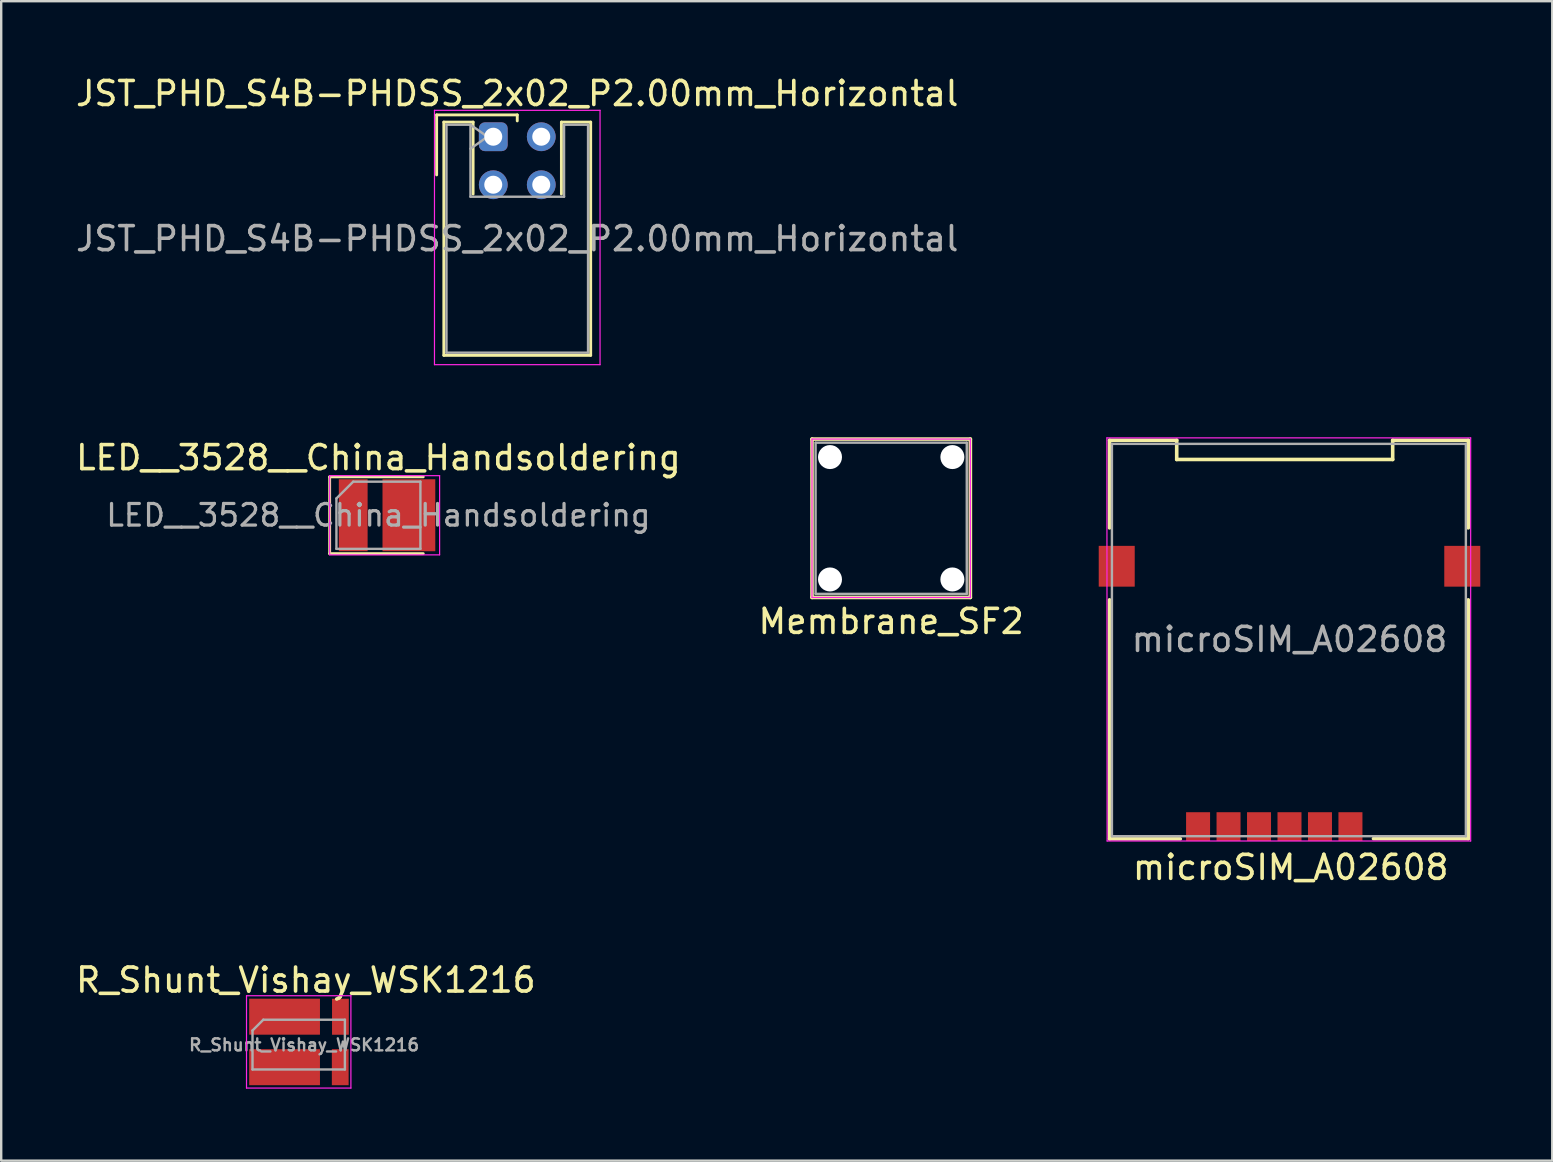
<source format=kicad_pcb>
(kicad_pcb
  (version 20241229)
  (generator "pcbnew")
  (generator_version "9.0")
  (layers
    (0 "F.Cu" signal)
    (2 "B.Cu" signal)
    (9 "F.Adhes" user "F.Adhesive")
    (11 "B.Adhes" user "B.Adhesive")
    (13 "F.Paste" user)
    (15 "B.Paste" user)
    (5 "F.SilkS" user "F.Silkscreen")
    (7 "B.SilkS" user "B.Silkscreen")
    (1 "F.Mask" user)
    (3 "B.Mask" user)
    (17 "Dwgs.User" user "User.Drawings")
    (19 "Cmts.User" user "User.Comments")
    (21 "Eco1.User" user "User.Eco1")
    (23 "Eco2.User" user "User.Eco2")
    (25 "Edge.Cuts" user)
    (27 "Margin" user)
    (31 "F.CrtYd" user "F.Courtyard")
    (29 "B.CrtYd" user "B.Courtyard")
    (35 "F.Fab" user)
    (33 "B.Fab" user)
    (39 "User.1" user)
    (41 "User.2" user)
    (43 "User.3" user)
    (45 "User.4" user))
  (footprint "R_Shunt_Vishay_WSK1216"
    (layer "F.Cu")
    (at 10.523 40.395)
    (property "Reference" "R_Shunt_Vishay_WSK1216" (at -0.827 -2.6 0) (layer "F.SilkS") (effects (font (size 1 1) (thickness 0.15))))
    (attr through_hole)
    (fp_line (start -3.3 1.9) (end -3.3 -1.95) (stroke (width 0.05) (type solid)) (layer "F.CrtYd"))
    (fp_line (start -3.3 1.9) (end 1.05 1.9) (stroke (width 0.05) (type solid)) (layer "F.CrtYd"))
    (fp_line (start 1.05 -1.95) (end -3.3 -1.95) (stroke (width 0.05) (type solid)) (layer "F.CrtYd"))
    (fp_line (start 1.05 -1.95) (end 1.05 1.9) (stroke (width 0.05) (type solid)) (layer "F.CrtYd"))
    (fp_line (start -3.05 -0.5) (end -2.6 -0.95) (stroke (width 0.1) (type solid)) (layer "F.Fab"))
    (fp_line (start -3.05 1.124) (end -3.05 -0.5) (stroke (width 0.1) (type solid)) (layer "F.Fab"))
    (fp_line (start -3.05 1.124) (end 0.8 1.124) (stroke (width 0.1) (type solid)) (layer "F.Fab"))
    (fp_line (start 0.8 -0.95) (end -2.6 -0.95) (stroke (width 0.1) (type solid)) (layer "F.Fab"))
    (fp_line (start 0.8 1.124) (end 0.8 -0.95) (stroke (width 0.1) (type solid)) (layer "F.Fab"))
    (fp_text user "${REFERENCE}" (at -0.9 0.1 0) (layer "F.Fab") (effects (font (size 0.5 0.5) (thickness 0.1))))
    (pad "1" smd rect (at -1.714 -1.076) (size 2.95 1.5) (layers "F.Cu" "F.Mask" "F.Paste"))
    (pad "2" smd rect (at 0.614 -1.073) (size 0.7 1.5) (layers "F.Cu" "F.Mask" "F.Paste"))
    (pad "3" smd rect (at 0.606 1.029) (size 0.7 1.5) (layers "F.Cu" "F.Mask" "F.Paste"))
    (pad "4" smd rect (at -1.714 1.029) (size 2.95 1.5) (layers "F.Cu" "F.Mask" "F.Paste")))
  (footprint "JST_PHD_S4B-PHDSS_2x02_P2.00mm_Horizontal"
    (layer "F.Cu")
    (at 17.506 2.648)
    (property "Reference" "JST_PHD_S4B-PHDSS_2x02_P2.00mm_Horizontal" (at 1 -1.8 0) (layer "F.SilkS") (effects (font (size 1 1) (thickness 0.15))))
    (attr through_hole)
    (fp_line (start -2.36 -0.91) (end -2.36 1.59) (stroke (width 0.12) (type solid)) (layer "F.SilkS"))
    (fp_line (start -2.06 -0.61) (end -2.06 9.11) (stroke (width 0.12) (type solid)) (layer "F.SilkS"))
    (fp_line (start -2.06 9.11) (end 4.06 9.11) (stroke (width 0.12) (type solid)) (layer "F.SilkS"))
    (fp_line (start -0.84 -0.61) (end -2.06 -0.61) (stroke (width 0.12) (type solid)) (layer "F.SilkS"))
    (fp_line (start -0.84 2.39) (end -0.84 -0.61) (stroke (width 0.12) (type solid)) (layer "F.SilkS"))
    (fp_line (start 1 -0.91) (end -2.36 -0.91) (stroke (width 0.12) (type solid)) (layer "F.SilkS"))
    (fp_line (start 1 -0.66) (end 1 -0.91) (stroke (width 0.12) (type solid)) (layer "F.SilkS"))
    (fp_line (start 2.84 -0.61) (end 4.06 -0.61) (stroke (width 0.12) (type solid)) (layer "F.SilkS"))
    (fp_line (start 2.84 2.39) (end 2.84 -0.61) (stroke (width 0.12) (type solid)) (layer "F.SilkS"))
    (fp_line (start 4.06 -0.61) (end 4.06 9.11) (stroke (width 0.12) (type solid)) (layer "F.SilkS"))
    (fp_line (start -2.45 -1.1) (end -2.45 9.5) (stroke (width 0.05) (type solid)) (layer "F.CrtYd"))
    (fp_line (start -2.45 9.5) (end 4.45 9.5) (stroke (width 0.05) (type solid)) (layer "F.CrtYd"))
    (fp_line (start 4.45 -1.1) (end -2.45 -1.1) (stroke (width 0.05) (type solid)) (layer "F.CrtYd"))
    (fp_line (start 4.45 9.5) (end 4.45 -1.1) (stroke (width 0.05) (type solid)) (layer "F.CrtYd"))
    (fp_line (start -1.95 -0.5) (end -0.95 -0.5) (stroke (width 0.1) (type solid)) (layer "F.Fab"))
    (fp_line (start -1.95 9) (end -1.95 -0.5) (stroke (width 0.1) (type solid)) (layer "F.Fab"))
    (fp_line (start -0.95 -0.5) (end -0.95 2.5) (stroke (width 0.1) (type solid)) (layer "F.Fab"))
    (fp_line (start -0.95 -0.5) (end -0.243 0) (stroke (width 0.1) (type solid)) (layer "F.Fab"))
    (fp_line (start -0.95 2.5) (end 2.95 2.5) (stroke (width 0.1) (type solid)) (layer "F.Fab"))
    (fp_line (start -0.243 0) (end -0.95 0.5) (stroke (width 0.1) (type solid)) (layer "F.Fab"))
    (fp_line (start 2.95 -0.5) (end 3.95 -0.5) (stroke (width 0.1) (type solid)) (layer "F.Fab"))
    (fp_line (start 2.95 2.5) (end 2.95 -0.5) (stroke (width 0.1) (type solid)) (layer "F.Fab"))
    (fp_line (start 3.95 -0.5) (end 3.95 9) (stroke (width 0.1) (type solid)) (layer "F.Fab"))
    (fp_line (start 3.95 9) (end -1.95 9) (stroke (width 0.1) (type solid)) (layer "F.Fab"))
    (fp_text user "${REFERENCE}" (at 1 4.25 0) (layer "F.Fab") (effects (font (size 1 1) (thickness 0.15))))
    (pad "1" thru_hole roundrect (at 0 0) (size 1.2 1.2) (drill 0.75) (layers "*.Cu" "*.Mask") (roundrect_rratio 0.208))
    (pad "2" thru_hole circle (at 0 2) (size 1.2 1.2) (drill 0.75) (layers "*.Cu" "*.Mask"))
    (pad "3" thru_hole circle (at 2 0) (size 1.2 1.2) (drill 0.75) (layers "*.Cu" "*.Mask"))
    (pad "4" thru_hole circle (at 2 2) (size 1.2 1.2) (drill 0.75) (layers "*.Cu" "*.Mask")))
  (footprint "LED__3528__China_Handsoldering"
    (layer "F.Cu")
    (at 12.72 18.422)
    (property "Reference" "LED__3528__China_Handsoldering" (at 0 -2.4 0) (layer "F.SilkS") (effects (font (size 1 1) (thickness 0.15))))
    (attr smd)
    (fp_line (start -2.032 -1.6) (end -2.032 1.6) (stroke (width 0.12) (type solid)) (layer "F.SilkS"))
    (fp_line (start 1.868 -1.6) (end -2.032 -1.6) (stroke (width 0.12) (type solid)) (layer "F.SilkS"))
    (fp_line (start 1.868 1.6) (end -2.032 1.6) (stroke (width 0.12) (type solid)) (layer "F.SilkS"))
    (fp_line (start -2.032 -1.65) (end 2.55 -1.65) (stroke (width 0.05) (type solid)) (layer "F.CrtYd"))
    (fp_line (start -2.032 1.65) (end -2.032 -1.65) (stroke (width 0.05) (type solid)) (layer "F.CrtYd"))
    (fp_line (start 2.55 -1.65) (end 2.55 1.65) (stroke (width 0.05) (type solid)) (layer "F.CrtYd"))
    (fp_line (start 2.55 1.65) (end -2.032 1.65) (stroke (width 0.05) (type solid)) (layer "F.CrtYd"))
    (fp_line (start -1.75 1.4) (end -1.75 -0.7) (stroke (width 0.1) (type solid)) (layer "F.Fab"))
    (fp_line (start -1.05 -1.4) (end -1.75 -0.7) (stroke (width 0.1) (type solid)) (layer "F.Fab"))
    (fp_line (start -1.05 -1.4) (end 1.75 -1.4) (stroke (width 0.1) (type solid)) (layer "F.Fab"))
    (fp_line (start 1.75 -1.4) (end 1.75 1.4) (stroke (width 0.1) (type solid)) (layer "F.Fab"))
    (fp_line (start 1.75 1.4) (end -1.75 1.4) (stroke (width 0.1) (type solid)) (layer "F.Fab"))
    (fp_text user "${REFERENCE}" (at 0 0 0) (layer "F.Fab") (effects (font (size 0.9 0.9) (thickness 0.135))))
    (pad "1" smd rect (at -1.05 0) (size 1.2 3) (layers "F.Cu" "F.Mask" "F.Paste"))
    (pad "2" smd rect (at 1.27 0) (size 2.2 3) (layers "F.Cu" "F.Mask" "F.Paste")))
  (footprint "microSIM_A02608"
    (layer "F.Cu")
    (at 50.688 25.948)
    (property "Reference" "microSIM_A02608" (at 0.05 7.15 180) (layer "F.SilkS") (effects (font (size 1 1) (thickness 0.15))))
    (attr smd)
    (fp_line (start -7.5 -7) (end -7.5 -10.65) (stroke (width 0.15) (type solid)) (layer "F.SilkS"))
    (fp_line (start -7.5 -4) (end -7.5 5.96) (stroke (width 0.15) (type solid)) (layer "F.SilkS"))
    (fp_line (start -4.7 -10.65) (end -7.5 -10.65) (stroke (width 0.15) (type solid)) (layer "F.SilkS"))
    (fp_line (start -4.7 -10.65) (end -4.7 -9.85) (stroke (width 0.15) (type solid)) (layer "F.SilkS"))
    (fp_line (start -4.7 -9.85) (end 4.3 -9.85) (stroke (width 0.15) (type solid)) (layer "F.SilkS"))
    (fp_line (start -4.55 5.96) (end -7.5 5.96) (stroke (width 0.15) (type solid)) (layer "F.SilkS"))
    (fp_line (start 4.3 -10.65) (end 7.45 -10.65) (stroke (width 0.15) (type solid)) (layer "F.SilkS"))
    (fp_line (start 4.3 -9.85) (end 4.3 -10.65) (stroke (width 0.15) (type solid)) (layer "F.SilkS"))
    (fp_line (start 7.45 -10.65) (end 7.45 -7) (stroke (width 0.15) (type solid)) (layer "F.SilkS"))
    (fp_line (start 7.45 -4) (end 7.45 5.95) (stroke (width 0.15) (type solid)) (layer "F.SilkS"))
    (fp_line (start 7.45 5.95) (end 3.5 5.95) (stroke (width 0.15) (type solid)) (layer "F.SilkS"))
    (fp_line (start -7.6 6.05) (end -7.61 -10.75) (stroke (width 0.05) (type solid)) (layer "F.CrtYd"))
    (fp_line (start 7.55 -10.75) (end -7.61 -10.75) (stroke (width 0.05) (type solid)) (layer "F.CrtYd"))
    (fp_line (start 7.55 6.05) (end -7.6 6.05) (stroke (width 0.05) (type solid)) (layer "F.CrtYd"))
    (fp_line (start 7.55 6.05) (end 7.55 -10.75) (stroke (width 0.05) (type solid)) (layer "F.CrtYd"))
    (fp_line (start -7.4 5.85) (end -7.4 -10.5) (stroke (width 0.1) (type solid)) (layer "F.Fab"))
    (fp_line (start 7.35 -10.5) (end -7.4 -10.5) (stroke (width 0.1) (type solid)) (layer "F.Fab"))
    (fp_line (start 7.35 5.85) (end -7.4 5.85) (stroke (width 0.1) (type solid)) (layer "F.Fab"))
    (fp_line (start 7.35 5.85) (end 7.35 -10.5) (stroke (width 0.1) (type solid)) (layer "F.Fab"))
    (fp_text user "${REFERENCE}" (at 0 -2.35 180) (layer "F.Fab") (effects (font (size 1 1) (thickness 0.15))))
    (pad "C1" smd rect (at -2.54 5.45 180) (size 1 1.2) (layers "F.Cu" "F.Mask" "F.Paste"))
    (pad "C2" smd rect (at -3.81 5.45 180) (size 1 1.2) (layers "F.Cu" "F.Mask" "F.Paste"))
    (pad "C3" smd rect (at 0 5.45 180) (size 1 1.2) (layers "F.Cu" "F.Mask" "F.Paste"))
    (pad "C4" smd rect (at -1.27 5.45 180) (size 1 1.2) (layers "F.Cu" "F.Mask" "F.Paste"))
    (pad "C5" smd rect (at 2.54 5.45 180) (size 1 1.2) (layers "F.Cu" "F.Mask" "F.Paste"))
    (pad "C6" smd rect (at 1.27 5.45 180) (size 1 1.2) (layers "F.Cu" "F.Mask" "F.Paste"))
    (pad "SH" smd rect (at -7.2 -5.4 180) (size 1.5 1.7) (layers "F.Cu" "F.Mask" "F.Paste"))
    (pad "SH" smd rect (at 7.2 -5.4 180) (size 1.5 1.7) (layers "F.Cu" "F.Mask" "F.Paste")))
  (footprint "Membrane_SF2"
    (layer "F.Cu")
    (at 34.089 18.548)
    (property "Reference" "Membrane_SF2" (at 0 4.3 0) (layer "F.SilkS") (effects (font (size 1 1) (thickness 0.15))))
    (attr exclude_from_pos_files exclude_from_bom)
    (fp_line (start -3.3 3.3) (end -3.3 -3.3) (stroke (width 0.15) (type solid)) (layer "F.SilkS"))
    (fp_line (start 3.3 -3.3) (end -3.3 -3.3) (stroke (width 0.15) (type solid)) (layer "F.SilkS"))
    (fp_line (start 3.3 3.3) (end -3.3 3.3) (stroke (width 0.15) (type solid)) (layer "F.SilkS"))
    (fp_line (start 3.3 3.3) (end 3.3 -3.3) (stroke (width 0.15) (type solid)) (layer "F.SilkS"))
    (fp_line (start -3.3 -3.3) (end 3.3 -3.3) (stroke (width 0.05) (type solid)) (layer "F.CrtYd"))
    (fp_line (start -3.3 3.3) (end -3.3 -3.3) (stroke (width 0.05) (type solid)) (layer "F.CrtYd"))
    (fp_line (start 3.3 -3.3) (end 3.3 3.3) (stroke (width 0.05) (type solid)) (layer "F.CrtYd"))
    (fp_line (start 3.3 3.3) (end -3.3 3.3) (stroke (width 0.05) (type solid)) (layer "F.CrtYd"))
    (fp_line (start -3.15 -3.15) (end -3.15 3.15) (stroke (width 0.1) (type solid)) (layer "F.Fab"))
    (fp_line (start -3.15 3.15) (end 3.15 3.15) (stroke (width 0.1) (type solid)) (layer "F.Fab"))
    (fp_line (start 3.15 -3.15) (end -3.15 -3.15) (stroke (width 0.1) (type solid)) (layer "F.Fab"))
    (fp_line (start 3.15 3.15) (end 3.15 -3.15) (stroke (width 0.1) (type solid)) (layer "F.Fab"))
    (pad "" np_thru_hole circle (at -2.55 -2.55) (size 1 1) (drill 1) (layers "*.Cu" "*.Mask"))
    (pad "" np_thru_hole circle (at -2.55 2.55) (size 1 1) (drill 1) (layers "*.Cu" "*.Mask"))
    (pad "" np_thru_hole circle (at 2.55 -2.55) (size 1 1) (drill 1) (layers "*.Cu" "*.Mask"))
    (pad "" np_thru_hole circle (at 2.55 2.55) (size 1 1) (drill 1) (layers "*.Cu" "*.Mask")))
  (gr_rect
    (start -3 -3)
    (end 61.638 45.32)
    (stroke (width 0.1) (type default))
    (fill no)
    (layer "Edge.Cuts")))
</source>
